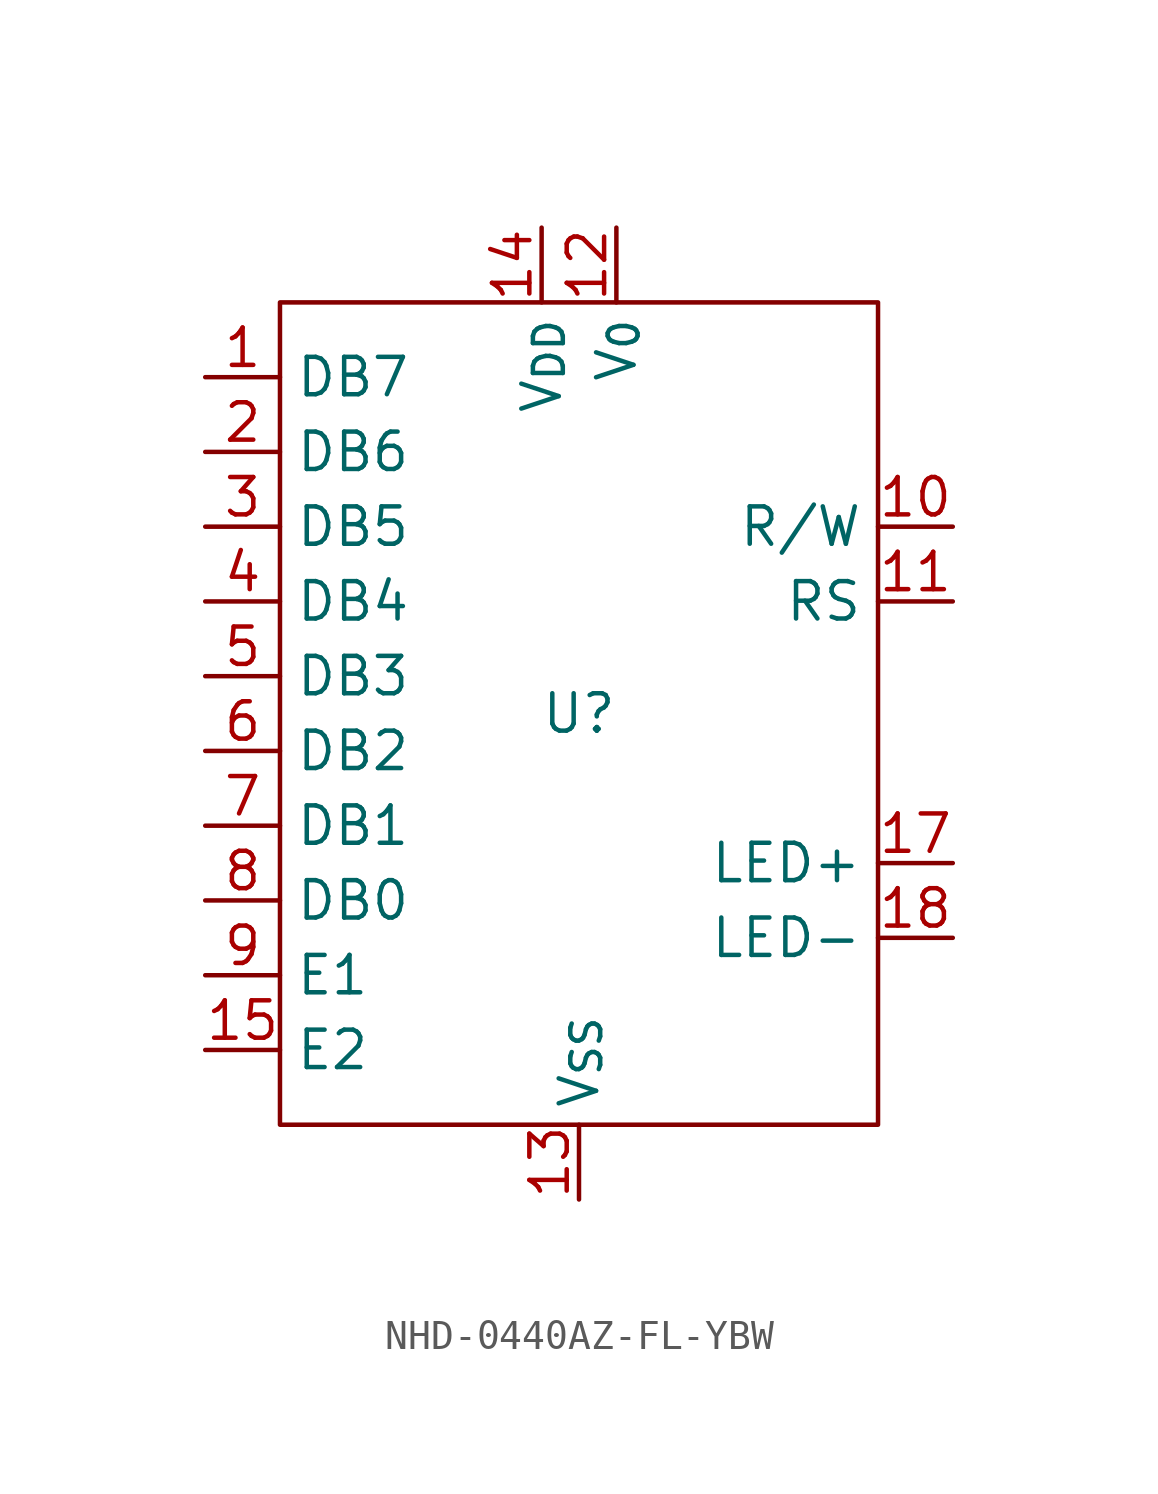
<source format=kicad_sym>
(kicad_symbol_lib
  (version 20220914)
  (generator kicad_symbol_editor)
  (symbol "NHD-0440AZ-FL-YBW"
    (property "Reference" "U"
      (at 0 0 0)
      (effects (font (size 1.27 1.27))))
    (property "Value" ""
      (at -2.54 1.27 0)
      (effects (font (size 1.27 1.27))))
    (symbol "NHD-0440AZ-FL-YBW_0_1"
      (rectangle (start -10.16 13.97) (end 10.16 -13.97) (stroke (width 0) (type default)) (fill (type none))))
    (symbol "NHD-0440AZ-FL-YBW_1_1"
      (pin bidirectional line (at -12.7 11.43 0) (length 2.54) (name "DB7" (effects (font (size 1.27 1.27)))) (number "1" (effects (font (size 1.27 1.27)))))
      (pin input line (at 12.7 6.35 180) (length 2.54) (name "R/W" (effects (font (size 1.27 1.27)))) (number "10" (effects (font (size 1.27 1.27)))))
      (pin input line (at 12.7 3.81 180) (length 2.54) (name "RS" (effects (font (size 1.27 1.27)))) (number "11" (effects (font (size 1.27 1.27)))))
      (pin power_in line (at 1.27 16.51 270) (length 2.54) (name "V_{0}" (effects (font (size 1.27 1.27)))) (number "12" (effects (font (size 1.27 1.27)))))
      (pin power_in line (at 0 -16.51 90) (length 2.54) (name "V_{SS}" (effects (font (size 1.27 1.27)))) (number "13" (effects (font (size 1.27 1.27)))))
      (pin power_in line (at -1.27 16.51 270) (length 2.54) (name "V_{DD}" (effects (font (size 1.27 1.27)))) (number "14" (effects (font (size 1.27 1.27)))))
      (pin input line (at -12.7 -11.43 0) (length 2.54) (name "E2" (effects (font (size 1.27 1.27)))) (number "15" (effects (font (size 1.27 1.27)))))
      (pin no_connect line (at 12.7 8.89 180) (length 2.54) hide (name "NC" (effects (font (size 1.27 1.27)))) (number "16" (effects (font (size 1.27 1.27)))))
      (pin power_in line (at 12.7 -5.08 180) (length 2.54) (name "LED+" (effects (font (size 1.27 1.27)))) (number "17" (effects (font (size 1.27 1.27)))))
      (pin power_in line (at 12.7 -7.62 180) (length 2.54) (name "LED-" (effects (font (size 1.27 1.27)))) (number "18" (effects (font (size 1.27 1.27)))))
      (pin bidirectional line (at -12.7 8.89 0) (length 2.54) (name "DB6" (effects (font (size 1.27 1.27)))) (number "2" (effects (font (size 1.27 1.27)))))
      (pin bidirectional line (at -12.7 6.35 0) (length 2.54) (name "DB5" (effects (font (size 1.27 1.27)))) (number "3" (effects (font (size 1.27 1.27)))))
      (pin bidirectional line (at -12.7 3.81 0) (length 2.54) (name "DB4" (effects (font (size 1.27 1.27)))) (number "4" (effects (font (size 1.27 1.27)))))
      (pin bidirectional line (at -12.7 1.27 0) (length 2.54) (name "DB3" (effects (font (size 1.27 1.27)))) (number "5" (effects (font (size 1.27 1.27)))))
      (pin bidirectional line (at -12.7 -1.27 0) (length 2.54) (name "DB2" (effects (font (size 1.27 1.27)))) (number "6" (effects (font (size 1.27 1.27)))))
      (pin bidirectional line (at -12.7 -3.81 0) (length 2.54) (name "DB1" (effects (font (size 1.27 1.27)))) (number "7" (effects (font (size 1.27 1.27)))))
      (pin bidirectional line (at -12.7 -6.35 0) (length 2.54) (name "DB0" (effects (font (size 1.27 1.27)))) (number "8" (effects (font (size 1.27 1.27)))))
      (pin input line (at -12.7 -8.89 0) (length 2.54) (name "E1" (effects (font (size 1.27 1.27)))) (number "9" (effects (font (size 1.27 1.27))))))))
</source>
